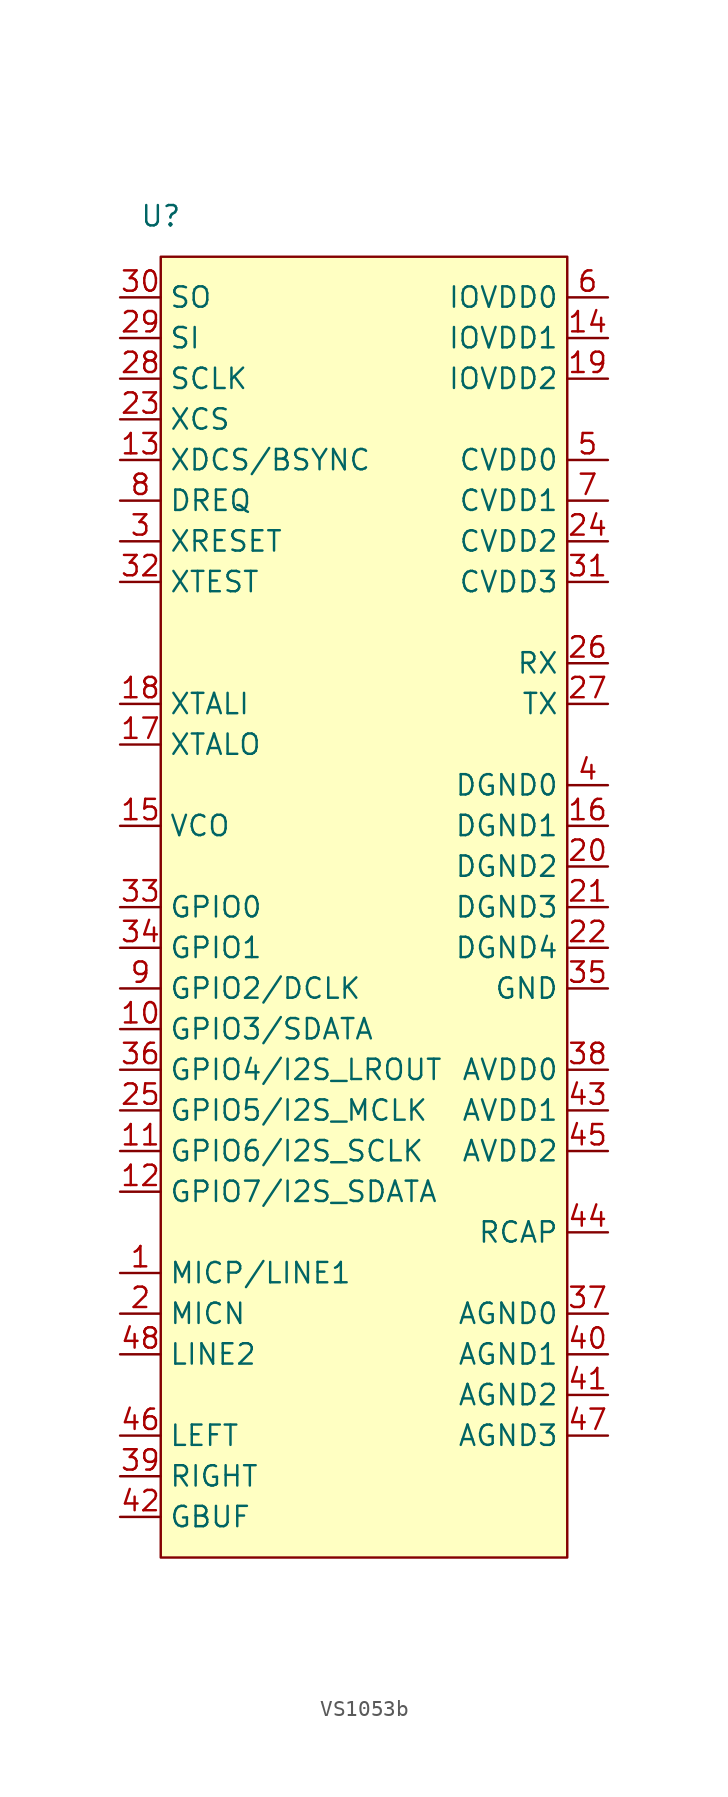
<source format=kicad_sym>
(kicad_symbol_lib
  (version 20231120)
  (generator "kicad_symbol_editor")
  (generator_version "8.0")
  (symbol "VS1053b"
    (property "Reference" "U"
      (at -12.7 17.78 0)
      (effects (font (size 1.27 1.27))))
    (symbol "VS1053b_1_1"
      (polyline (pts (xy -12.7 15.24) (xy 12.7 15.24) (xy 12.7 -66.04) (xy -12.7 -66.04) (xy -12.7 15.24)) (stroke (width 0) (type default)) (fill (type background)))
      (pin bidirectional line (at -15.24 -48.26 0) (length 2.54) (name "MICP/LINE1" (effects (font (size 1.27 1.27)))) (number "1" (effects (font (size 1.27 1.27)))))
      (pin bidirectional line (at -15.24 -33.02 0) (length 2.54) (name "GPIO3/SDATA" (effects (font (size 1.27 1.27)))) (number "10" (effects (font (size 1.27 1.27)))))
      (pin bidirectional line (at -15.24 -40.64 0) (length 2.54) (name "GPIO6/I2S_SCLK" (effects (font (size 1.27 1.27)))) (number "11" (effects (font (size 1.27 1.27)))))
      (pin bidirectional line (at -15.24 -43.18 0) (length 2.54) (name "GPIO7/I2S_SDATA" (effects (font (size 1.27 1.27)))) (number "12" (effects (font (size 1.27 1.27)))))
      (pin bidirectional line (at -15.24 2.54 0) (length 2.54) (name "XDCS/BSYNC" (effects (font (size 1.27 1.27)))) (number "13" (effects (font (size 1.27 1.27)))))
      (pin bidirectional line (at 15.24 10.16 180) (length 2.54) (name "IOVDD1" (effects (font (size 1.27 1.27)))) (number "14" (effects (font (size 1.27 1.27)))))
      (pin bidirectional line (at -15.24 -20.32 0) (length 2.54) (name "VCO" (effects (font (size 1.27 1.27)))) (number "15" (effects (font (size 1.27 1.27)))))
      (pin bidirectional line (at 15.24 -20.32 180) (length 2.54) (name "DGND1" (effects (font (size 1.27 1.27)))) (number "16" (effects (font (size 1.27 1.27)))))
      (pin bidirectional line (at -15.24 -15.24 0) (length 2.54) (name "XTALO" (effects (font (size 1.27 1.27)))) (number "17" (effects (font (size 1.27 1.27)))))
      (pin bidirectional line (at -15.24 -12.7 0) (length 2.54) (name "XTALI" (effects (font (size 1.27 1.27)))) (number "18" (effects (font (size 1.27 1.27)))))
      (pin bidirectional line (at 15.24 7.62 180) (length 2.54) (name "IOVDD2" (effects (font (size 1.27 1.27)))) (number "19" (effects (font (size 1.27 1.27)))))
      (pin bidirectional line (at -15.24 -50.8 0) (length 2.54) (name "MICN" (effects (font (size 1.27 1.27)))) (number "2" (effects (font (size 1.27 1.27)))))
      (pin bidirectional line (at 15.24 -22.86 180) (length 2.54) (name "DGND2" (effects (font (size 1.27 1.27)))) (number "20" (effects (font (size 1.27 1.27)))))
      (pin bidirectional line (at 15.24 -25.4 180) (length 2.54) (name "DGND3" (effects (font (size 1.27 1.27)))) (number "21" (effects (font (size 1.27 1.27)))))
      (pin bidirectional line (at 15.24 -27.94 180) (length 2.54) (name "DGND4" (effects (font (size 1.27 1.27)))) (number "22" (effects (font (size 1.27 1.27)))))
      (pin bidirectional line (at -15.24 5.08 0) (length 2.54) (name "XCS" (effects (font (size 1.27 1.27)))) (number "23" (effects (font (size 1.27 1.27)))))
      (pin bidirectional line (at 15.24 -2.54 180) (length 2.54) (name "CVDD2" (effects (font (size 1.27 1.27)))) (number "24" (effects (font (size 1.27 1.27)))))
      (pin bidirectional line (at -15.24 -38.1 0) (length 2.54) (name "GPIO5/I2S_MCLK" (effects (font (size 1.27 1.27)))) (number "25" (effects (font (size 1.27 1.27)))))
      (pin bidirectional line (at 15.24 -10.16 180) (length 2.54) (name "RX" (effects (font (size 1.27 1.27)))) (number "26" (effects (font (size 1.27 1.27)))))
      (pin bidirectional line (at 15.24 -12.7 180) (length 2.54) (name "TX" (effects (font (size 1.27 1.27)))) (number "27" (effects (font (size 1.27 1.27)))))
      (pin bidirectional line (at -15.24 7.62 0) (length 2.54) (name "SCLK" (effects (font (size 1.27 1.27)))) (number "28" (effects (font (size 1.27 1.27)))))
      (pin bidirectional line (at -15.24 10.16 0) (length 2.54) (name "SI" (effects (font (size 1.27 1.27)))) (number "29" (effects (font (size 1.27 1.27)))))
      (pin bidirectional line (at -15.24 -2.54 0) (length 2.54) (name "XRESET" (effects (font (size 1.27 1.27)))) (number "3" (effects (font (size 1.27 1.27)))))
      (pin bidirectional line (at -15.24 12.7 0) (length 2.54) (name "SO" (effects (font (size 1.27 1.27)))) (number "30" (effects (font (size 1.27 1.27)))))
      (pin bidirectional line (at 15.24 -5.08 180) (length 2.54) (name "CVDD3" (effects (font (size 1.27 1.27)))) (number "31" (effects (font (size 1.27 1.27)))))
      (pin bidirectional line (at -15.24 -5.08 0) (length 2.54) (name "XTEST" (effects (font (size 1.27 1.27)))) (number "32" (effects (font (size 1.27 1.27)))))
      (pin bidirectional line (at -15.24 -25.4 0) (length 2.54) (name "GPIO0" (effects (font (size 1.27 1.27)))) (number "33" (effects (font (size 1.27 1.27)))))
      (pin bidirectional line (at -15.24 -27.94 0) (length 2.54) (name "GPIO1" (effects (font (size 1.27 1.27)))) (number "34" (effects (font (size 1.27 1.27)))))
      (pin bidirectional line (at 15.24 -30.48 180) (length 2.54) (name "GND" (effects (font (size 1.27 1.27)))) (number "35" (effects (font (size 1.27 1.27)))))
      (pin bidirectional line (at -15.24 -35.56 0) (length 2.54) (name "GPIO4/I2S_LROUT" (effects (font (size 1.27 1.27)))) (number "36" (effects (font (size 1.27 1.27)))))
      (pin bidirectional line (at 15.24 -50.8 180) (length 2.54) (name "AGND0" (effects (font (size 1.27 1.27)))) (number "37" (effects (font (size 1.27 1.27)))))
      (pin bidirectional line (at 15.24 -35.56 180) (length 2.54) (name "AVDD0" (effects (font (size 1.27 1.27)))) (number "38" (effects (font (size 1.27 1.27)))))
      (pin bidirectional line (at -15.24 -60.96 0) (length 2.54) (name "RIGHT" (effects (font (size 1.27 1.27)))) (number "39" (effects (font (size 1.27 1.27)))))
      (pin bidirectional line (at 15.24 -17.78 180) (length 2.54) (name "DGND0" (effects (font (size 1.27 1.27)))) (number "4" (effects (font (size 1.27 1.27)))))
      (pin bidirectional line (at 15.24 -53.34 180) (length 2.54) (name "AGND1" (effects (font (size 1.27 1.27)))) (number "40" (effects (font (size 1.27 1.27)))))
      (pin bidirectional line (at 15.24 -55.88 180) (length 2.54) (name "AGND2" (effects (font (size 1.27 1.27)))) (number "41" (effects (font (size 1.27 1.27)))))
      (pin bidirectional line (at -15.24 -63.5 0) (length 2.54) (name "GBUF" (effects (font (size 1.27 1.27)))) (number "42" (effects (font (size 1.27 1.27)))))
      (pin bidirectional line (at 15.24 -38.1 180) (length 2.54) (name "AVDD1" (effects (font (size 1.27 1.27)))) (number "43" (effects (font (size 1.27 1.27)))))
      (pin bidirectional line (at 15.24 -45.72 180) (length 2.54) (name "RCAP" (effects (font (size 1.27 1.27)))) (number "44" (effects (font (size 1.27 1.27)))))
      (pin bidirectional line (at 15.24 -40.64 180) (length 2.54) (name "AVDD2" (effects (font (size 1.27 1.27)))) (number "45" (effects (font (size 1.27 1.27)))))
      (pin bidirectional line (at -15.24 -58.42 0) (length 2.54) (name "LEFT" (effects (font (size 1.27 1.27)))) (number "46" (effects (font (size 1.27 1.27)))))
      (pin bidirectional line (at 15.24 -58.42 180) (length 2.54) (name "AGND3" (effects (font (size 1.27 1.27)))) (number "47" (effects (font (size 1.27 1.27)))))
      (pin bidirectional line (at -15.24 -53.34 0) (length 2.54) (name "LINE2" (effects (font (size 1.27 1.27)))) (number "48" (effects (font (size 1.27 1.27)))))
      (pin bidirectional line (at 15.24 2.54 180) (length 2.54) (name "CVDD0" (effects (font (size 1.27 1.27)))) (number "5" (effects (font (size 1.27 1.27)))))
      (pin bidirectional line (at 15.24 12.7 180) (length 2.54) (name "IOVDD0" (effects (font (size 1.27 1.27)))) (number "6" (effects (font (size 1.27 1.27)))))
      (pin bidirectional line (at 15.24 0 180) (length 2.54) (name "CVDD1" (effects (font (size 1.27 1.27)))) (number "7" (effects (font (size 1.27 1.27)))))
      (pin bidirectional line (at -15.24 0 0) (length 2.54) (name "DREQ" (effects (font (size 1.27 1.27)))) (number "8" (effects (font (size 1.27 1.27)))))
      (pin bidirectional line (at -15.24 -30.48 0) (length 2.54) (name "GPIO2/DCLK" (effects (font (size 1.27 1.27)))) (number "9" (effects (font (size 1.27 1.27))))))))
</source>
